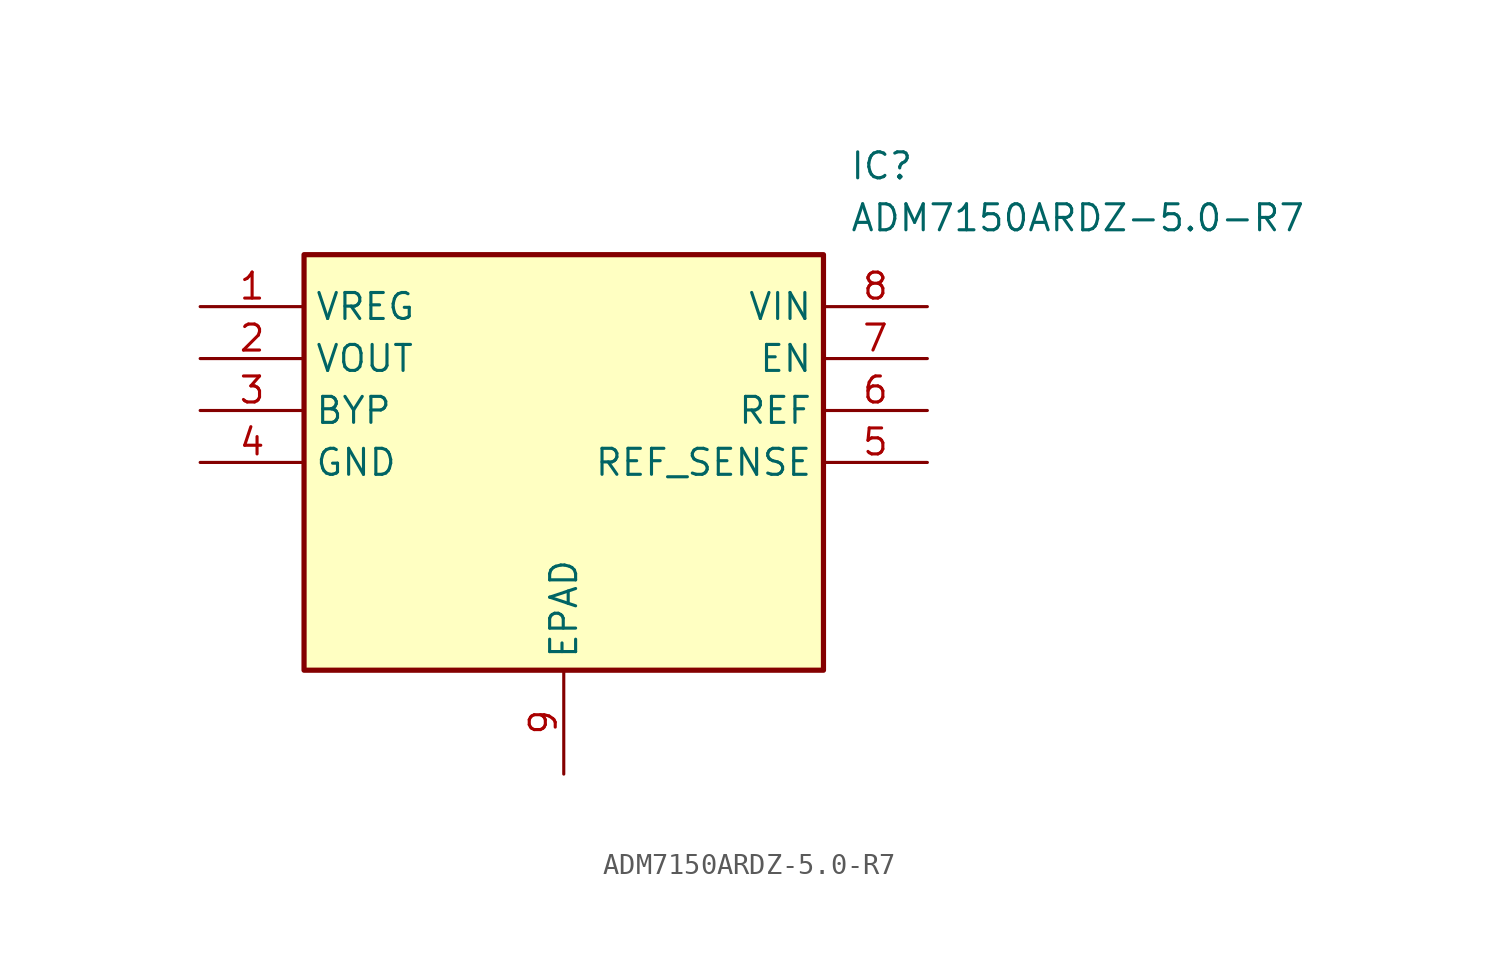
<source format=kicad_sym>
(kicad_symbol_lib
  (version 20211014)
  (generator SamacSys_ECAD_Model)
  (symbol "ADM7150ARDZ-5.0-R7"
    (property "Reference" "IC"
      (at 31.75 7.62 0)
      (effects (font (size 1.27 1.27)) (justify left top)))
    (property "Value" "ADM7150ARDZ-5.0-R7"
      (at 31.75 5.08 0)
      (effects (font (size 1.27 1.27)) (justify left top)))
    (rectangle
      (start 5.08 2.54)
      (end 30.48 -17.78)
      (stroke (width 0.254) (type default))
      (fill (type background)))
    (pin input line
      (at 0 0 0)
      (length 5.08)
      (name "VREG" (effects (font (size 1.27 1.27))))
      (number "1" (effects (font (size 1.27 1.27)))))
    (pin output line
      (at 0 -2.54 0)
      (length 5.08)
      (name "VOUT" (effects (font (size 1.27 1.27))))
      (number "2" (effects (font (size 1.27 1.27)))))
    (pin passive line
      (at 0 -5.08 0)
      (length 5.08)
      (name "BYP" (effects (font (size 1.27 1.27))))
      (number "3" (effects (font (size 1.27 1.27)))))
    (pin power_in line
      (at 0 -7.62 0)
      (length 5.08)
      (name "GND" (effects (font (size 1.27 1.27))))
      (number "4" (effects (font (size 1.27 1.27)))))
    (pin power_in line
      (at 17.78 -22.86 90)
      (length 5.08)
      (name "EPAD" (effects (font (size 1.27 1.27))))
      (number "9" (effects (font (size 1.27 1.27)))))
    (pin power_in line
      (at 35.56 0 180)
      (length 5.08)
      (name "VIN" (effects (font (size 1.27 1.27))))
      (number "8" (effects (font (size 1.27 1.27)))))
    (pin input line
      (at 35.56 -2.54 180)
      (length 5.08)
      (name "EN" (effects (font (size 1.27 1.27))))
      (number "7" (effects (font (size 1.27 1.27)))))
    (pin output line
      (at 35.56 -5.08 180)
      (length 5.08)
      (name "REF" (effects (font (size 1.27 1.27))))
      (number "6" (effects (font (size 1.27 1.27)))))
    (pin input line
      (at 35.56 -7.62 180)
      (length 5.08)
      (name "REF_SENSE" (effects (font (size 1.27 1.27))))
      (number "5" (effects (font (size 1.27 1.27)))))))
</source>
